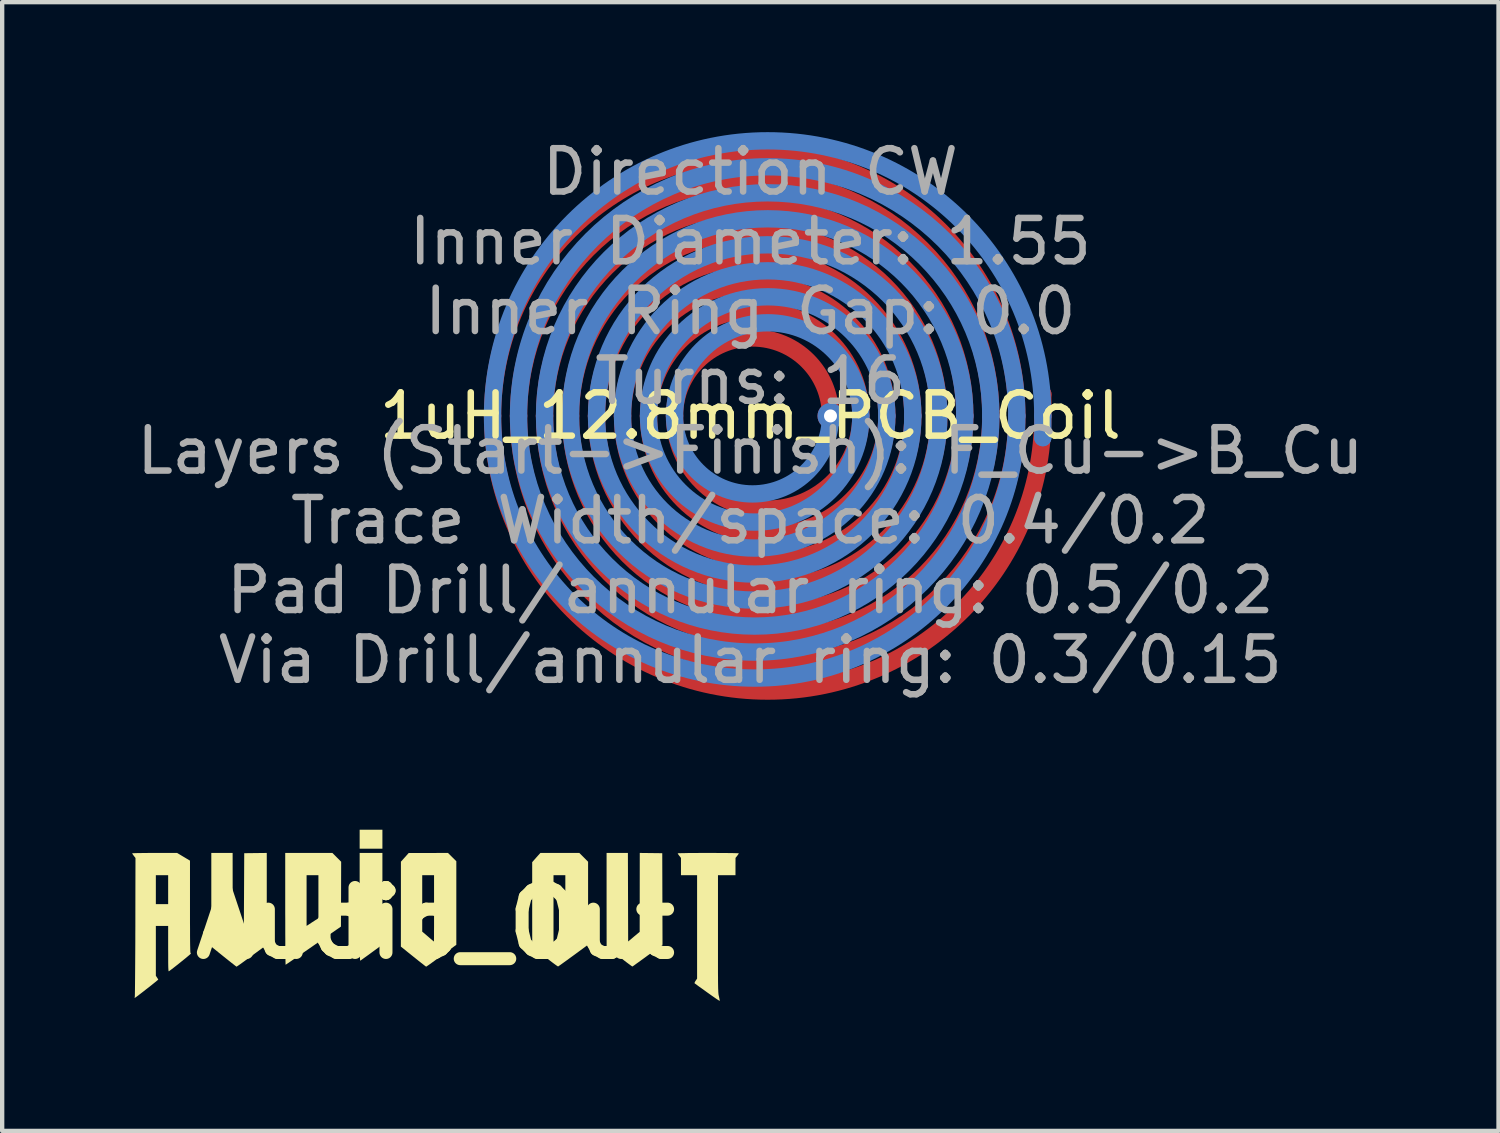
<source format=kicad_pcb>
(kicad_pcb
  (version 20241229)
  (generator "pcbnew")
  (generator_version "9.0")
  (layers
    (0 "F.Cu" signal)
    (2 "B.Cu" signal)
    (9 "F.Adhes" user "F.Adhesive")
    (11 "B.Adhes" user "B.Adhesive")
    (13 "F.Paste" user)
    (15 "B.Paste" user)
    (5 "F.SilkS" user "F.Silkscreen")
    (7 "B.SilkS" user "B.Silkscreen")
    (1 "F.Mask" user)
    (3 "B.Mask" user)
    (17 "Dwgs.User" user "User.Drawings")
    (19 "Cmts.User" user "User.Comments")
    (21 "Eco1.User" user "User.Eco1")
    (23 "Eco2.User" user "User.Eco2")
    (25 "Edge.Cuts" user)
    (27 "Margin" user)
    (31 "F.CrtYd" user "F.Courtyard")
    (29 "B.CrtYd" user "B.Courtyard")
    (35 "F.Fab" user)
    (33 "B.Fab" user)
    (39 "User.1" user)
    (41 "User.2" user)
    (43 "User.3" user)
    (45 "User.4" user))
  (footprint "Audio_Out"
    (layer "F.Cu")
    (at 7.001 18.255)
    (property "Reference" "Audio_Out" (at 0 0 0) (layer "F.SilkS") (effects (font (size 1.5 1.5) (thickness 0.3))))
    (attr board_only exclude_from_pos_files exclude_from_bom)
    (fp_poly (pts (xy -1.225 -1.936) (xy -1.225 -1.717) (xy -1.488 -1.717) (xy -1.75 -1.717) (xy -1.75 -1.936) (xy -1.75 -2.155) (xy -1.488 -2.155) (xy -1.225 -2.155)) (stroke (width 0) (type solid)) (fill yes) (layer "F.SilkS"))
    (fp_poly (pts (xy -1.225 -0.561) (xy -1.225 0.498) (xy -1.472 0.678) (xy -1.537 0.726) (xy -1.597 0.769) (xy -1.649 0.806) (xy -1.691 0.837) (xy -1.72 0.857) (xy -1.734 0.867) (xy -1.735 0.867) (xy -1.737 0.866) (xy -1.739 0.86) (xy -1.741 0.846) (xy -1.743 0.825) (xy -1.744 0.795) (xy -1.746 0.754) (xy -1.747 0.703) (xy -1.748 0.639) (xy -1.748 0.562) (xy -1.749 0.47) (xy -1.749 0.362) (xy -1.75 0.238) (xy -1.75 0.096) (xy -1.75 -0.065) (xy -1.75 -0.246) (xy -1.75 -0.371) (xy -1.75 -1.619) (xy -1.488 -1.619) (xy -1.225 -1.619)) (stroke (width 0) (type solid)) (fill yes) (layer "F.SilkS"))
    (fp_poly (pts (xy -3.894 -0.559) (xy -3.894 0.501) (xy -4.239 0.754) (xy -4.315 0.81) (xy -4.386 0.861) (xy -4.449 0.907) (xy -4.503 0.946) (xy -4.546 0.976) (xy -4.576 0.996) (xy -4.59 1.005) (xy -4.591 1.006) (xy -4.602 0.999) (xy -4.627 0.98) (xy -4.665 0.95) (xy -4.714 0.912) (xy -4.772 0.866) (xy -4.837 0.814) (xy -4.887 0.774) (xy -5.174 0.543) (xy -5.174 -0.538) (xy -5.174 -1.619) (xy -4.928 -1.619) (xy -4.682 -1.619) (xy -4.681 -0.708) (xy -4.68 0.202) (xy -4.553 0.31) (xy -4.425 0.417) (xy -4.419 -0.598) (xy -4.414 -1.613) (xy -4.154 -1.616) (xy -3.894 -1.619)) (stroke (width 0) (type solid)) (fill yes) (layer "F.SilkS"))
    (fp_poly (pts (xy 4.974 -1.616) (xy 5.234 -1.613) (xy 5.237 -0.558) (xy 5.24 0.498) (xy 4.898 0.748) (xy 4.822 0.804) (xy 4.751 0.855) (xy 4.688 0.901) (xy 4.633 0.94) (xy 4.591 0.971) (xy 4.561 0.992) (xy 4.546 1.002) (xy 4.546 1.002) (xy 4.535 0.997) (xy 4.509 0.979) (xy 4.47 0.95) (xy 4.42 0.913) (xy 4.361 0.868) (xy 4.296 0.817) (xy 4.242 0.774) (xy 3.95 0.541) (xy 3.949 -0.539) (xy 3.949 -1.619) (xy 4.195 -1.619) (xy 4.441 -1.619) (xy 4.444 -0.597) (xy 4.447 0.425) (xy 4.58 0.313) (xy 4.713 0.202) (xy 4.714 -0.708) (xy 4.715 -1.619)) (stroke (width 0) (type solid)) (fill yes) (layer "F.SilkS"))
    (fp_poly (pts (xy -2.278 -1.517) (xy -2.177 -1.416) (xy -2.179 -0.667) (xy -2.182 0.081) (xy -2.817 0.521) (xy -2.922 0.594) (xy -3.022 0.663) (xy -3.115 0.728) (xy -3.2 0.786) (xy -3.276 0.838) (xy -3.341 0.882) (xy -3.393 0.918) (xy -3.431 0.943) (xy -3.453 0.958) (xy -3.459 0.962) (xy -3.46 0.951) (xy -3.461 0.92) (xy -3.462 0.87) (xy -3.463 0.802) (xy -3.464 0.717) (xy -3.465 0.617) (xy -3.466 0.504) (xy -3.466 0.378) (xy -3.467 0.24) (xy -3.467 0.093) (xy -3.467 -0.062) (xy -3.468 -0.224) (xy -3.468 -0.328) (xy -3.468 -0.52) (xy -2.975 -0.52) (xy -2.975 0.065) (xy -2.839 -0.024) (xy -2.702 -0.112) (xy -2.702 -0.608) (xy -2.702 -1.105) (xy -2.839 -1.105) (xy -2.975 -1.105) (xy -2.975 -0.52) (xy -3.468 -0.52) (xy -3.468 -1.619) (xy -2.923 -1.619) (xy -2.379 -1.619)) (stroke (width 0) (type solid)) (fill yes) (layer "F.SilkS"))
    (fp_poly (pts (xy 3.421 -1.518) (xy 3.522 -1.416) (xy 3.522 -0.459) (xy 3.522 0.499) (xy 3.183 0.748) (xy 3.107 0.803) (xy 3.036 0.855) (xy 2.972 0.901) (xy 2.918 0.94) (xy 2.875 0.971) (xy 2.845 0.991) (xy 2.831 1.001) (xy 2.83 1.001) (xy 2.819 0.996) (xy 2.792 0.978) (xy 2.753 0.95) (xy 2.703 0.913) (xy 2.644 0.868) (xy 2.579 0.817) (xy 2.525 0.774) (xy 2.233 0.541) (xy 2.232 -0.337) (xy 2.724 -0.337) (xy 2.724 0.43) (xy 2.748 0.409) (xy 2.766 0.393) (xy 2.796 0.367) (xy 2.835 0.334) (xy 2.878 0.297) (xy 2.885 0.291) (xy 2.997 0.195) (xy 2.997 -0.455) (xy 2.997 -1.105) (xy 2.861 -1.105) (xy 2.724 -1.105) (xy 2.724 -0.337) (xy 2.232 -0.337) (xy 2.232 -0.432) (xy 2.232 -1.406) (xy 2.326 -1.513) (xy 2.421 -1.619) (xy 2.87 -1.619) (xy 3.32 -1.619)) (stroke (width 0) (type solid)) (fill yes) (layer "F.SilkS"))
    (fp_poly (pts (xy 0.385 -1.523) (xy 0.481 -1.428) (xy 0.481 -0.463) (xy 0.481 0.501) (xy 0.137 0.754) (xy 0.061 0.81) (xy -0.01 0.861) (xy -0.073 0.907) (xy -0.127 0.946) (xy -0.17 0.976) (xy -0.2 0.996) (xy -0.214 1.005) (xy -0.215 1.006) (xy -0.226 0.999) (xy -0.251 0.98) (xy -0.289 0.95) (xy -0.338 0.912) (xy -0.396 0.866) (xy -0.461 0.814) (xy -0.511 0.774) (xy -0.799 0.543) (xy -0.798 -0.437) (xy -0.798 -0.454) (xy -0.306 -0.454) (xy -0.306 0.197) (xy -0.172 0.311) (xy -0.127 0.35) (xy -0.088 0.383) (xy -0.058 0.408) (xy -0.04 0.423) (xy -0.036 0.426) (xy -0.035 0.416) (xy -0.035 0.385) (xy -0.034 0.336) (xy -0.034 0.27) (xy -0.034 0.19) (xy -0.033 0.096) (xy -0.033 -0.009) (xy -0.033 -0.124) (xy -0.033 -0.247) (xy -0.033 -0.339) (xy -0.033 -1.105) (xy -0.17 -1.105) (xy -0.306 -1.105) (xy -0.306 -0.454) (xy -0.798 -0.454) (xy -0.798 -1.417) (xy -0.708 -1.517) (xy -0.618 -1.618) (xy -0.164 -1.618) (xy 0.289 -1.619)) (stroke (width 0) (type solid)) (fill yes) (layer "F.SilkS"))
    (fp_poly (pts (xy 6.417 -1.619) (xy 6.533 -1.618) (xy 6.639 -1.618) (xy 6.736 -1.617) (xy 6.82 -1.616) (xy 6.891 -1.615) (xy 6.945 -1.613) (xy 6.982 -1.612) (xy 7 -1.61) (xy 7.001 -1.61) (xy 6.995 -1.596) (xy 6.978 -1.573) (xy 6.963 -1.552) (xy 6.925 -1.504) (xy 6.924 -1.304) (xy 6.924 -1.105) (xy 6.722 -1.105) (xy 6.52 -1.105) (xy 6.52 0.246) (xy 6.52 0.446) (xy 6.52 0.625) (xy 6.52 0.785) (xy 6.52 0.927) (xy 6.52 1.051) (xy 6.52 1.16) (xy 6.521 1.255) (xy 6.521 1.336) (xy 6.522 1.405) (xy 6.523 1.463) (xy 6.524 1.511) (xy 6.526 1.551) (xy 6.527 1.583) (xy 6.529 1.61) (xy 6.531 1.632) (xy 6.533 1.65) (xy 6.536 1.666) (xy 6.539 1.68) (xy 6.542 1.691) (xy 6.551 1.735) (xy 6.558 1.77) (xy 6.561 1.792) (xy 6.561 1.796) (xy 6.552 1.792) (xy 6.527 1.777) (xy 6.488 1.752) (xy 6.439 1.718) (xy 6.38 1.677) (xy 6.314 1.63) (xy 6.273 1.601) (xy 6.204 1.551) (xy 6.14 1.505) (xy 6.083 1.465) (xy 6.037 1.431) (xy 6.003 1.406) (xy 5.983 1.392) (xy 5.98 1.389) (xy 5.98 1.376) (xy 5.991 1.352) (xy 6.004 1.331) (xy 6.038 1.281) (xy 6.038 0.088) (xy 6.038 -1.105) (xy 5.852 -1.105) (xy 5.666 -1.105) (xy 5.666 -1.304) (xy 5.666 -1.504) (xy 5.628 -1.552) (xy 5.607 -1.58) (xy 5.593 -1.602) (xy 5.59 -1.61) (xy 5.6 -1.611) (xy 5.631 -1.613) (xy 5.68 -1.614) (xy 5.745 -1.615) (xy 5.825 -1.617) (xy 5.918 -1.617) (xy 6.022 -1.618) (xy 6.134 -1.619) (xy 6.254 -1.619) (xy 6.295 -1.619)) (stroke (width 0) (type solid)) (fill yes) (layer "F.SilkS"))
    (fp_poly (pts (xy -5.815 -1.53) (xy -5.666 -1.441) (xy -5.666 -0.382) (xy -5.666 -0.184) (xy -5.666 -0.007) (xy -5.665 0.149) (xy -5.665 0.284) (xy -5.664 0.398) (xy -5.663 0.493) (xy -5.661 0.568) (xy -5.66 0.625) (xy -5.658 0.662) (xy -5.656 0.681) (xy -5.655 0.684) (xy -5.646 0.7) (xy -5.647 0.705) (xy -5.656 0.715) (xy -5.679 0.736) (xy -5.715 0.766) (xy -5.76 0.804) (xy -5.812 0.846) (xy -5.868 0.891) (xy -5.925 0.937) (xy -5.982 0.982) (xy -6.034 1.023) (xy -6.081 1.059) (xy -6.118 1.087) (xy -6.144 1.106) (xy -6.154 1.112) (xy -6.158 1.111) (xy -6.161 1.103) (xy -6.163 1.087) (xy -6.165 1.061) (xy -6.167 1.023) (xy -6.168 0.972) (xy -6.169 0.906) (xy -6.169 0.824) (xy -6.169 0.723) (xy -6.17 0.601) (xy -6.17 0.592) (xy -6.17 0.066) (xy -6.312 0.066) (xy -6.454 0.066) (xy -6.454 0.641) (xy -6.454 1.215) (xy -6.427 1.256) (xy -6.41 1.282) (xy -6.4 1.3) (xy -6.399 1.304) (xy -6.407 1.312) (xy -6.431 1.332) (xy -6.466 1.361) (xy -6.511 1.397) (xy -6.563 1.439) (xy -6.62 1.484) (xy -6.68 1.53) (xy -6.738 1.576) (xy -6.794 1.619) (xy -6.845 1.658) (xy -6.887 1.69) (xy -6.919 1.713) (xy -6.938 1.726) (xy -6.941 1.728) (xy -6.944 1.719) (xy -6.94 1.698) (xy -6.939 1.684) (xy -6.938 1.649) (xy -6.937 1.595) (xy -6.936 1.522) (xy -6.935 1.433) (xy -6.934 1.328) (xy -6.933 1.209) (xy -6.932 1.076) (xy -6.931 0.932) (xy -6.93 0.777) (xy -6.929 0.612) (xy -6.928 0.44) (xy -6.928 0.26) (xy -6.927 0.083) (xy -6.926 -0.771) (xy -6.454 -0.771) (xy -6.454 -0.438) (xy -6.312 -0.438) (xy -6.17 -0.438) (xy -6.17 -0.771) (xy -6.17 -1.105) (xy -6.312 -1.105) (xy -6.454 -1.105) (xy -6.454 -0.771) (xy -6.926 -0.771) (xy -6.924 -1.502) (xy -6.962 -1.551) (xy -6.983 -1.58) (xy -6.997 -1.601) (xy -7.001 -1.61) (xy -6.99 -1.612) (xy -6.96 -1.613) (xy -6.912 -1.615) (xy -6.849 -1.616) (xy -6.772 -1.617) (xy -6.684 -1.618) (xy -6.586 -1.619) (xy -6.482 -1.619) (xy -6.482 -1.619) (xy -5.963 -1.619)) (stroke (width 0) (type solid)) (fill yes) (layer "F.SilkS")))
  (footprint "1uH_12.8mm_PCB_Coil"
    (layer "F.Cu")
    (at 14.268 6.55)
    (property "Reference" "1uH_12.8mm_PCB_Coil" (at 0 0 0) (unlocked yes) (layer "F.SilkS") (effects (font (size 1 1) (thickness 0.15))))
    (fp_line (start 6.75 0) (end 6.75 -0.5) (stroke (width 0.4) (type default)) (layer "F.Cu"))
    (fp_arc (start -5.95 0) (mid 0.1 -6.05) (end 6.15 0) (stroke (width 0.4) (type default)) (layer "F.Cu"))
    (fp_arc (start -5.35 0) (mid 0.1 -5.45) (end 5.55 0) (stroke (width 0.4) (type default)) (layer "F.Cu"))
    (fp_arc (start -4.75 0) (mid 0.1 -4.85) (end 4.95 0) (stroke (width 0.4) (type default)) (layer "F.Cu"))
    (fp_arc (start -4.15 0) (mid 0.1 -4.25) (end 4.35 0) (stroke (width 0.4) (type default)) (layer "F.Cu"))
    (fp_arc (start -3.55 0) (mid 0.1 -3.65) (end 3.75 0) (stroke (width 0.4) (type default)) (layer "F.Cu"))
    (fp_arc (start -2.95 0) (mid 0.1 -3.05) (end 3.15 0) (stroke (width 0.4) (type default)) (layer "F.Cu"))
    (fp_arc (start -2.35 0) (mid 0.1 -2.45) (end 2.55 0) (stroke (width 0.4) (type default)) (layer "F.Cu"))
    (fp_arc (start -1.75 0) (mid 0.05 -1.8) (end 1.85 0) (stroke (width 0.4) (type default)) (layer "F.Cu"))
    (fp_arc (start 2.55 0) (mid 0.4 2.15) (end -1.75 0) (stroke (width 0.4) (type default)) (layer "F.Cu"))
    (fp_arc (start 3.15 0) (mid 0.4 2.75) (end -2.35 0) (stroke (width 0.4) (type default)) (layer "F.Cu"))
    (fp_arc (start 3.75 0) (mid 0.4 3.35) (end -2.95 0) (stroke (width 0.4) (type default)) (layer "F.Cu"))
    (fp_arc (start 4.35 0) (mid 0.4 3.95) (end -3.55 0) (stroke (width 0.4) (type default)) (layer "F.Cu"))
    (fp_arc (start 4.95 0) (mid 0.4 4.55) (end -4.15 0) (stroke (width 0.4) (type default)) (layer "F.Cu"))
    (fp_arc (start 5.55 0) (mid 0.4 5.15) (end -4.75 0) (stroke (width 0.4) (type default)) (layer "F.Cu"))
    (fp_arc (start 6.15 0) (mid 0.4 5.75) (end -5.35 0) (stroke (width 0.4) (type default)) (layer "F.Cu"))
    (fp_arc (start 6.75 0) (mid 0.4 6.35) (end -5.95 0) (stroke (width 0.4) (type default)) (layer "F.Cu"))
    (fp_line (start 6.75 0) (end 6.75 0.5) (stroke (width 0.4) (type default)) (layer "B.Cu"))
    (fp_arc (start -5.95 0) (mid 0.4 -6.35) (end 6.75 0) (stroke (width 0.4) (type default)) (layer "B.Cu"))
    (fp_arc (start -5.35 0) (mid 0.4 -5.75) (end 6.15 0) (stroke (width 0.4) (type default)) (layer "B.Cu"))
    (fp_arc (start -4.75 0) (mid 0.4 -5.15) (end 5.55 0) (stroke (width 0.4) (type default)) (layer "B.Cu"))
    (fp_arc (start -4.15 0) (mid 0.4 -4.55) (end 4.95 0) (stroke (width 0.4) (type default)) (layer "B.Cu"))
    (fp_arc (start -3.55 0) (mid 0.4 -3.95) (end 4.35 0) (stroke (width 0.4) (type default)) (layer "B.Cu"))
    (fp_arc (start -2.95 0) (mid 0.4 -3.35) (end 3.75 0) (stroke (width 0.4) (type default)) (layer "B.Cu"))
    (fp_arc (start -2.35 0) (mid 0.4 -2.75) (end 3.15 0) (stroke (width 0.4) (type default)) (layer "B.Cu"))
    (fp_arc (start -1.75 0) (mid 0.4 -2.15) (end 2.55 0) (stroke (width 0.4) (type default)) (layer "B.Cu"))
    (fp_arc (start 1.85 0) (mid 0.05 1.8) (end -1.75 0) (stroke (width 0.4) (type default)) (layer "B.Cu"))
    (fp_arc (start 2.55 0) (mid 0.1 2.45) (end -2.35 0) (stroke (width 0.4) (type default)) (layer "B.Cu"))
    (fp_arc (start 3.15 0) (mid 0.1 3.05) (end -2.95 0) (stroke (width 0.4) (type default)) (layer "B.Cu"))
    (fp_arc (start 3.75 0) (mid 0.1 3.65) (end -3.55 0) (stroke (width 0.4) (type default)) (layer "B.Cu"))
    (fp_arc (start 4.35 0) (mid 0.1 4.25) (end -4.15 0) (stroke (width 0.4) (type default)) (layer "B.Cu"))
    (fp_arc (start 4.95 0) (mid 0.1 4.85) (end -4.75 0) (stroke (width 0.4) (type default)) (layer "B.Cu"))
    (fp_arc (start 5.55 0) (mid 0.1 5.45) (end -5.35 0) (stroke (width 0.4) (type default)) (layer "B.Cu"))
    (fp_arc (start 6.15 0) (mid 0.1 6.05) (end -5.95 0) (stroke (width 0.4) (type default)) (layer "B.Cu"))
    (fp_circle (center 0 0) (end 0 1.55) (stroke (width 0.15) (type default)) (fill no) (layer "User.1"))
    (fp_text user "Direction CW\nInner Diameter: 1.55\nInner Ring Gap: 0.0\nTurns: 16\nLayers (Start->Finish): F_Cu->B_Cu\nTrace Width/space: 0.4/0.2\nPad Drill/annular ring: 0.5/0.2\nVia Drill/annular ring: 0.3/0.15" (at 0 0 0) (layer "F.Fab") (effects (font (size 1 1) (thickness 0.15))))
    (pad "1" smd circle (at 6.75 -0.5) (size 0.4 0.4) (layers "F.Cu" "F.Mask"))
    (pad "2" smd circle (at 6.75 0.5) (size 0.4 0.4) (layers "B.Cu" "B.Mask"))
    (pad "3" thru_hole circle (at 1.85 0) (size 0.6 0.6) (drill 0.3) (layers "*.Cu")))
  (gr_rect
    (start -3 -3)
    (end 31.536 23.051)
    (stroke (width 0.1) (type default))
    (fill no)
    (layer "Edge.Cuts")))
</source>
